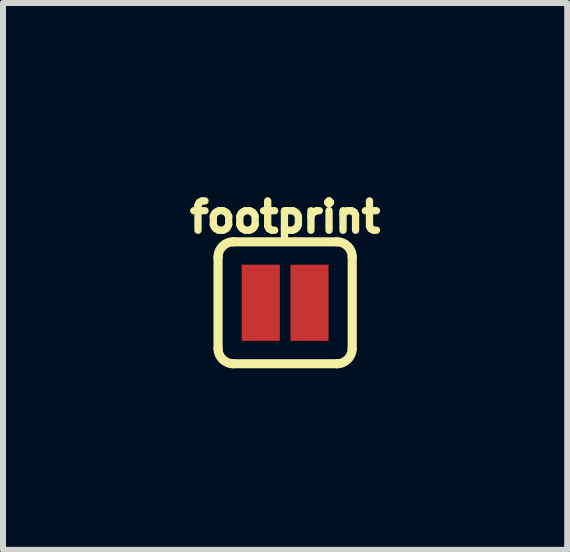
<source format=kicad_pcb>
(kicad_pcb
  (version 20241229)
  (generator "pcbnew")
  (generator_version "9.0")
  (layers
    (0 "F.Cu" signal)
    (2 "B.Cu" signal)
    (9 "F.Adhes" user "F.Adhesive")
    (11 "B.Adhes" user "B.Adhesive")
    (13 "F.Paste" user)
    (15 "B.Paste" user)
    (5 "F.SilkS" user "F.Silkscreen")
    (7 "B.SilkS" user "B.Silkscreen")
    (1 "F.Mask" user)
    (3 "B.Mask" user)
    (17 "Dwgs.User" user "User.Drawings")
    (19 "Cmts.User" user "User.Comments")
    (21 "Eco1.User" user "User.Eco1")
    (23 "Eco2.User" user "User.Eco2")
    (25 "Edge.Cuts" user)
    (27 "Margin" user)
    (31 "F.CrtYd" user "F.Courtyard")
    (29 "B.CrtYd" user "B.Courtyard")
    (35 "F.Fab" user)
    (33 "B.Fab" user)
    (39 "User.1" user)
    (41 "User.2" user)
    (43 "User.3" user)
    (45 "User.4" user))
  (footprint "footprint"
    (layer "F.Cu")
    (at 1.702 1.996)
    (property "Reference" "footprint" (at 0 -1.143 0) (layer "F.SilkS") (effects (font (size 0.488 0.488) (thickness 0.122)) (justify bottom)))
    (fp_line (start -1.118 0.762) (end -1.118 -0.762) (stroke (width 0.152) (type solid)) (layer "F.SilkS"))
    (fp_line (start -0.864 -1.016) (end 0.864 -1.016) (stroke (width 0.152) (type solid)) (layer "F.SilkS"))
    (fp_line (start 0.864 1.016) (end -0.864 1.016) (stroke (width 0.152) (type solid)) (layer "F.SilkS"))
    (fp_line (start 1.118 0.762) (end 1.118 -0.762) (stroke (width 0.152) (type solid)) (layer "F.SilkS"))
    (fp_arc (start -1.1176 -0.762) (mid -1.043205 -0.941605) (end -0.8636 -1.016) (stroke (width 0.1524) (type solid)) (layer "F.SilkS"))
    (fp_arc (start -0.8636 1.016) (mid -1.043205 0.941605) (end -1.1176 0.762) (stroke (width 0.1524) (type solid)) (layer "F.SilkS"))
    (fp_arc (start 0.8636 -1.016) (mid 1.043205 -0.941605) (end 1.1176 -0.762) (stroke (width 0.1524) (type solid)) (layer "F.SilkS"))
    (fp_arc (start 1.1176 0.762) (mid 1.043205 0.941605) (end 0.8636 1.016) (stroke (width 0.1524) (type solid)) (layer "F.SilkS"))
    (fp_poly (pts (xy -1.245 1.118) (xy 1.245 1.118) (xy 1.245 -1.118) (xy -1.245 -1.118)) (stroke (width 0) (type solid)) (fill yes) (layer "F.Paste"))
    (pad "1" smd rect (at -0.406 0) (size 0.635 1.27) (layers "F.Cu" "F.Mask"))
    (pad "2" smd rect (at 0.406 0) (size 0.635 1.27) (layers "F.Cu" "F.Mask")))
  (gr_rect
    (start -3 -3)
    (end 6.403 6.114)
    (stroke (width 0.1) (type default))
    (fill no)
    (layer "Edge.Cuts")))
</source>
